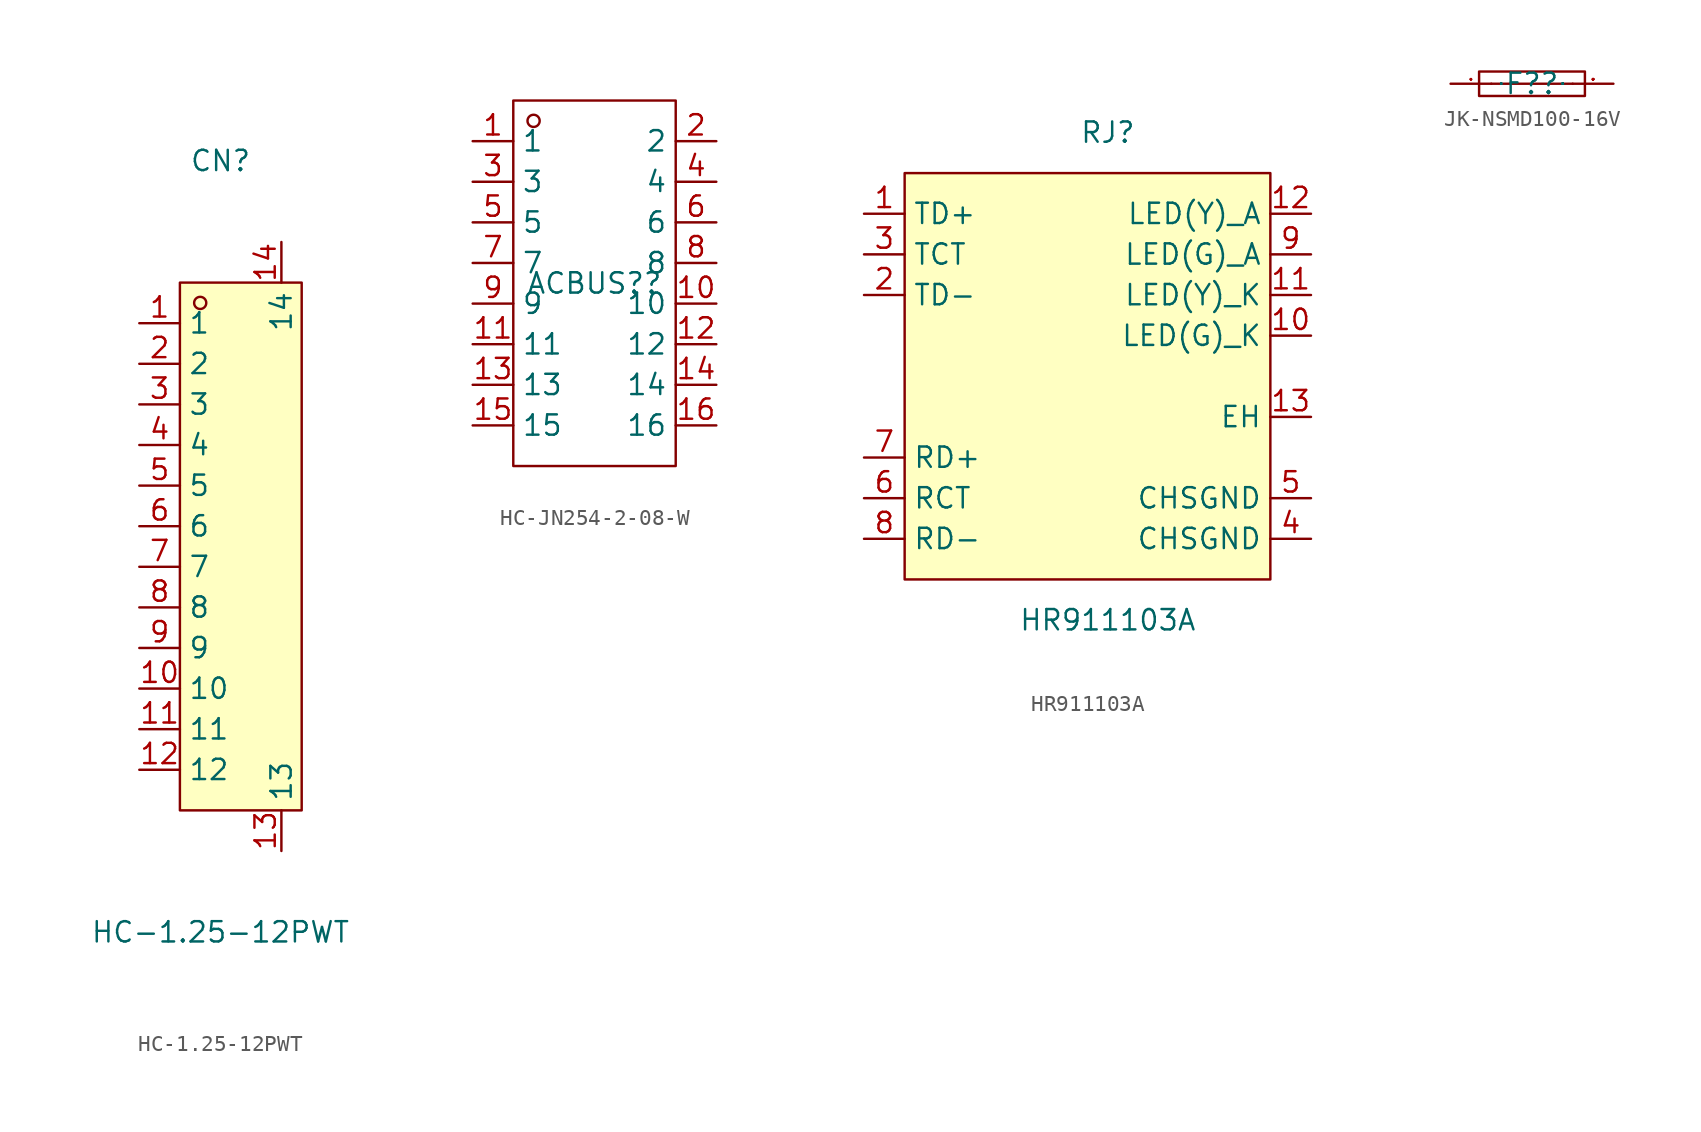
<source format=kicad_sym>
(kicad_symbol_lib
  (version 20231120)
  (generator "kicad_symbol_editor")
  (generator_version "8.0")
  (symbol "HC-1.25-12PWT"
    (property "Reference" "CN"
      (at 0 24.13 0)
      (effects (font (size 1.27 1.27))))
    (property "Value" "HC-1.25-12PWT"
      (at 0 -24.13 0)
      (effects (font (size 1.27 1.27))))
    (symbol "HC-1.25-12PWT_0_1"
      (rectangle (start -2.54 16.51) (end 5.08 -16.51) (stroke (width 0) (type default) (color 0 0 0 0)) (fill (type background)))
      (circle (center -1.27 15.24) (radius 0.38) (stroke (width 0) (type default) (color 0 0 0 0)) (fill (type none)))
      (pin unspecified line (at -5.08 13.97 0) (length 2.54) (name "1" (effects (font (size 1.27 1.27)))) (number "1" (effects (font (size 1.27 1.27)))))
      (pin unspecified line (at -5.08 11.43 0) (length 2.54) (name "2" (effects (font (size 1.27 1.27)))) (number "2" (effects (font (size 1.27 1.27)))))
      (pin unspecified line (at -5.08 8.89 0) (length 2.54) (name "3" (effects (font (size 1.27 1.27)))) (number "3" (effects (font (size 1.27 1.27)))))
      (pin unspecified line (at -5.08 6.35 0) (length 2.54) (name "4" (effects (font (size 1.27 1.27)))) (number "4" (effects (font (size 1.27 1.27)))))
      (pin unspecified line (at -5.08 3.81 0) (length 2.54) (name "5" (effects (font (size 1.27 1.27)))) (number "5" (effects (font (size 1.27 1.27)))))
      (pin unspecified line (at -5.08 1.27 0) (length 2.54) (name "6" (effects (font (size 1.27 1.27)))) (number "6" (effects (font (size 1.27 1.27)))))
      (pin unspecified line (at -5.08 -1.27 0) (length 2.54) (name "7" (effects (font (size 1.27 1.27)))) (number "7" (effects (font (size 1.27 1.27)))))
      (pin unspecified line (at -5.08 -3.81 0) (length 2.54) (name "8" (effects (font (size 1.27 1.27)))) (number "8" (effects (font (size 1.27 1.27)))))
      (pin unspecified line (at -5.08 -6.35 0) (length 2.54) (name "9" (effects (font (size 1.27 1.27)))) (number "9" (effects (font (size 1.27 1.27)))))
      (pin unspecified line (at -5.08 -8.89 0) (length 2.54) (name "10" (effects (font (size 1.27 1.27)))) (number "10" (effects (font (size 1.27 1.27)))))
      (pin unspecified line (at -5.08 -11.43 0) (length 2.54) (name "11" (effects (font (size 1.27 1.27)))) (number "11" (effects (font (size 1.27 1.27)))))
      (pin unspecified line (at -5.08 -13.97 0) (length 2.54) (name "12" (effects (font (size 1.27 1.27)))) (number "12" (effects (font (size 1.27 1.27)))))
      (pin unspecified line (at 3.81 -19.05 90) (length 2.54) (name "13" (effects (font (size 1.27 1.27)))) (number "13" (effects (font (size 1.27 1.27)))))
      (pin unspecified line (at 3.81 19.05 270) (length 2.54) (name "14" (effects (font (size 1.27 1.27)))) (number "14" (effects (font (size 1.27 1.27)))))))
  (symbol "HC-JN254-2-08-W"
    (property "Reference" "ACBUS?"
      (at 0 0 0)
      (effects (font (size 1.27 1.27))))
    (property "Value" ""
      (at 0 0 0)
      (effects (font (size 1.27 1.27))))
    (symbol "HC-JN254-2-08-W_1_0"
      (rectangle (start -5.08 -11.43) (end 5.08 11.43) (stroke (width 0) (type default)) (fill (type none)))
      (circle (center -3.81 10.16) (radius 0.381) (stroke (width 0) (type default)) (fill (type none)))
      (pin unspecified line (at -7.62 8.89 0) (length 2.54) (name "1" (effects (font (size 1.27 1.27)))) (number "1" (effects (font (size 1.27 1.27)))))
      (pin unspecified line (at 7.62 -1.27 180) (length 2.54) (name "10" (effects (font (size 1.27 1.27)))) (number "10" (effects (font (size 1.27 1.27)))))
      (pin unspecified line (at -7.62 -3.81 0) (length 2.54) (name "11" (effects (font (size 1.27 1.27)))) (number "11" (effects (font (size 1.27 1.27)))))
      (pin unspecified line (at 7.62 -3.81 180) (length 2.54) (name "12" (effects (font (size 1.27 1.27)))) (number "12" (effects (font (size 1.27 1.27)))))
      (pin unspecified line (at -7.62 -6.35 0) (length 2.54) (name "13" (effects (font (size 1.27 1.27)))) (number "13" (effects (font (size 1.27 1.27)))))
      (pin unspecified line (at 7.62 -6.35 180) (length 2.54) (name "14" (effects (font (size 1.27 1.27)))) (number "14" (effects (font (size 1.27 1.27)))))
      (pin unspecified line (at -7.62 -8.89 0) (length 2.54) (name "15" (effects (font (size 1.27 1.27)))) (number "15" (effects (font (size 1.27 1.27)))))
      (pin unspecified line (at 7.62 -8.89 180) (length 2.54) (name "16" (effects (font (size 1.27 1.27)))) (number "16" (effects (font (size 1.27 1.27)))))
      (pin unspecified line (at 7.62 8.89 180) (length 2.54) (name "2" (effects (font (size 1.27 1.27)))) (number "2" (effects (font (size 1.27 1.27)))))
      (pin unspecified line (at -7.62 6.35 0) (length 2.54) (name "3" (effects (font (size 1.27 1.27)))) (number "3" (effects (font (size 1.27 1.27)))))
      (pin unspecified line (at 7.62 6.35 180) (length 2.54) (name "4" (effects (font (size 1.27 1.27)))) (number "4" (effects (font (size 1.27 1.27)))))
      (pin unspecified line (at -7.62 3.81 0) (length 2.54) (name "5" (effects (font (size 1.27 1.27)))) (number "5" (effects (font (size 1.27 1.27)))))
      (pin unspecified line (at 7.62 3.81 180) (length 2.54) (name "6" (effects (font (size 1.27 1.27)))) (number "6" (effects (font (size 1.27 1.27)))))
      (pin unspecified line (at -7.62 1.27 0) (length 2.54) (name "7" (effects (font (size 1.27 1.27)))) (number "7" (effects (font (size 1.27 1.27)))))
      (pin unspecified line (at 7.62 1.27 180) (length 2.54) (name "8" (effects (font (size 1.27 1.27)))) (number "8" (effects (font (size 1.27 1.27)))))
      (pin unspecified line (at -7.62 -1.27 0) (length 2.54) (name "9" (effects (font (size 1.27 1.27)))) (number "9" (effects (font (size 1.27 1.27)))))))
  (symbol "HR911103A"
    (property "Reference" "RJ"
      (at 0 12.70 0)
      (effects (font (size 1.27 1.27))))
    (property "Value" "HR911103A"
      (at 0 -17.78 0)
      (effects (font (size 1.27 1.27))))
    (symbol "HR911103A_0_1"
      (rectangle (start -12.70 10.16) (end 10.16 -15.24) (stroke (width 0) (type default) (color 0 0 0 0)) (fill (type background)))
      (pin unspecified line (at 12.70 -5.08 180) (length 2.54) (name "EH" (effects (font (size 1.27 1.27)))) (number "13" (effects (font (size 1.27 1.27)))))
      (pin unspecified line (at 12.70 7.62 180) (length 2.54) (name "LED(Y)_A" (effects (font (size 1.27 1.27)))) (number "12" (effects (font (size 1.27 1.27)))))
      (pin unspecified line (at 12.70 2.54 180) (length 2.54) (name "LED(Y)_K" (effects (font (size 1.27 1.27)))) (number "11" (effects (font (size 1.27 1.27)))))
      (pin unspecified line (at 12.70 -0.00 180) (length 2.54) (name "LED(G)_K" (effects (font (size 1.27 1.27)))) (number "10" (effects (font (size 1.27 1.27)))))
      (pin unspecified line (at 12.70 5.08 180) (length 2.54) (name "LED(G)_A" (effects (font (size 1.27 1.27)))) (number "9" (effects (font (size 1.27 1.27)))))
      (pin unspecified line (at -15.24 -7.62 0) (length 2.54) (name "RD+" (effects (font (size 1.27 1.27)))) (number "7" (effects (font (size 1.27 1.27)))))
      (pin unspecified line (at -15.24 -10.16 0) (length 2.54) (name "RCT" (effects (font (size 1.27 1.27)))) (number "6" (effects (font (size 1.27 1.27)))))
      (pin unspecified line (at 12.70 -10.16 180) (length 2.54) (name "CHSGND" (effects (font (size 1.27 1.27)))) (number "5" (effects (font (size 1.27 1.27)))))
      (pin unspecified line (at -15.24 5.08 0) (length 2.54) (name "TCT" (effects (font (size 1.27 1.27)))) (number "3" (effects (font (size 1.27 1.27)))))
      (pin unspecified line (at 12.70 -12.70 180) (length 2.54) (name "CHSGND" (effects (font (size 1.27 1.27)))) (number "4" (effects (font (size 1.27 1.27)))))
      (pin unspecified line (at -15.24 2.54 0) (length 2.54) (name "TD-" (effects (font (size 1.27 1.27)))) (number "2" (effects (font (size 1.27 1.27)))))
      (pin unspecified line (at -15.24 7.62 0) (length 2.54) (name "TD+" (effects (font (size 1.27 1.27)))) (number "1" (effects (font (size 1.27 1.27)))))
      (pin unspecified line (at -15.24 -12.70 0) (length 2.54) (name "RD-" (effects (font (size 1.27 1.27)))) (number "8" (effects (font (size 1.27 1.27)))))))
  (symbol "JK-NSMD100-16V"
    (property "Reference" "F?"
      (at 0 0 0)
      (effects (font (size 1.27 1.27))))
    (property "Value" ""
      (at 0 0 0)
      (effects (font (size 1.27 1.27))))
    (symbol "JK-NSMD100-16V_1_0"
      (rectangle (start -3.302 -0.762) (end 3.302 0.762) (stroke (width 0) (type default)) (fill (type none)))
      (polyline (pts (xy -2.54 0) (xy 2.54 0)) (stroke (width 0) (type default)) (fill (type none)))
      (pin unspecified line (at -5.08 0 0) (length 2.54) (name "1" (effects (font (size 0.025 0.025)))) (number "1" (effects (font (size 0.025 0.025)))))
      (pin unspecified line (at 5.08 0 180) (length 2.54) (name "2" (effects (font (size 0.025 0.025)))) (number "2" (effects (font (size 0.025 0.025))))))))
</source>
